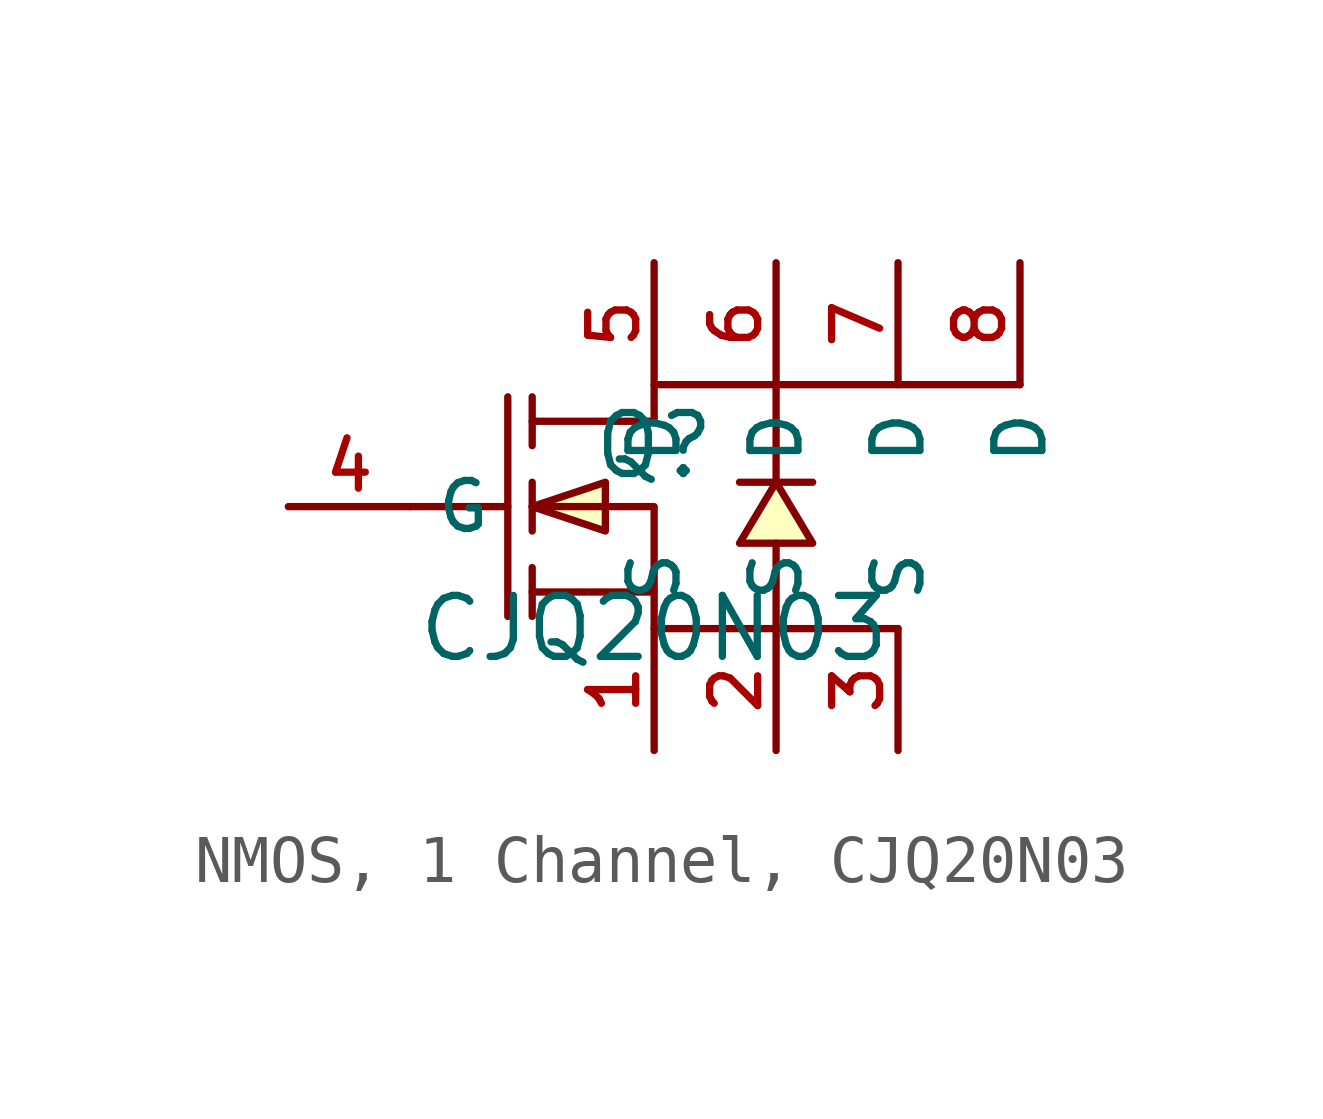
<source format=kicad_sym>
(kicad_symbol_lib
  (version 20231120)
  (generator "CDFER_Archive_Tool")
  (generator_version "0.0")
  (symbol "NMOS, 1 Channel, CJQ20N03"
    (property "Reference" "Q"
      (at 0 1.27 0)
      (effects (font (size 1.27 1.27))))
    (property "Value" "CJQ20N03"
      (at 0 -2.54 0)
      (effects (font (size 1.27 1.27))))
    (symbol "NMOS, 1 Channel, CJQ20N03_0_1"
      (polyline (pts (xy -5.08 0) (xy -3.048 0)) (stroke (width 0) (type default)) (fill (type none)))
      (polyline (pts (xy -3.048 2.286) (xy -3.048 -2.286)) (stroke (width 0) (type default)) (fill (type none)))
      (polyline (pts (xy -2.54 -2.286) (xy -2.54 -1.27)) (stroke (width 0) (type default)) (fill (type none)))
      (polyline (pts (xy -2.54 -0.508) (xy -2.54 0.508)) (stroke (width 0) (type default)) (fill (type none)))
      (polyline (pts (xy -2.54 2.286) (xy -2.54 1.27)) (stroke (width 0) (type default)) (fill (type none)))
      (polyline (pts (xy 0 -1.778) (xy -2.54 -1.778)) (stroke (width 0) (type default)) (fill (type none)))
      (polyline (pts (xy -2.54 0) (xy -1.016 -0.508) (xy -1.016 0.508) (xy -2.54 0)) (stroke (width 0) (type default)) (fill (type background)))
      (polyline (pts (xy 2.54 0.508) (xy 1.778 -0.762) (xy 3.302 -0.762) (xy 2.54 0.508)) (stroke (width 0) (type default)) (fill (type background)))
      (polyline (pts (xy 3.302 0.508) (xy 3.048 0.508) (xy 2.032 0.508) (xy 1.778 0.508)) (stroke (width 0) (type default)) (fill (type none)))
      (polyline (pts (xy -2.54 0) (xy 0 0) (xy 0 -2.54) (xy 5.08 -2.54) (xy 2.54 -2.54) (xy 2.54 -0.762)) (stroke (width 0) (type default)) (fill (type none)))
      (polyline (pts (xy -2.54 1.778) (xy 0 1.778) (xy 0 2.54) (xy 2.54 2.54) (xy 7.62 2.54) (xy 2.54 2.54) (xy 2.54 0.508)) (stroke (width 0) (type default)) (fill (type none)))
      (pin unspecified line (at 0 -5.08 90) (length 2.54) (name "S" (effects (font (size 1 1)))) (number "1" (effects (font (size 1 1)))))
      (pin unspecified line (at 2.54 -5.08 90) (length 2.54) (name "S" (effects (font (size 1 1)))) (number "2" (effects (font (size 1 1)))))
      (pin unspecified line (at 5.08 -5.08 90) (length 2.54) (name "S" (effects (font (size 1 1)))) (number "3" (effects (font (size 1 1)))))
      (pin unspecified line (at -7.62 0 0) (length 2.54) (name "G" (effects (font (size 1 1)))) (number "4" (effects (font (size 1 1)))))
      (pin unspecified line (at 0 5.08 270) (length 2.54) (name "D" (effects (font (size 1 1)))) (number "5" (effects (font (size 1 1)))))
      (pin unspecified line (at 2.54 5.08 270) (length 2.54) (name "D" (effects (font (size 1 1)))) (number "6" (effects (font (size 1 1)))))
      (pin unspecified line (at 5.08 5.08 270) (length 2.54) (name "D" (effects (font (size 1 1)))) (number "7" (effects (font (size 1 1)))))
      (pin unspecified line (at 7.62 5.08 270) (length 2.54) (name "D" (effects (font (size 1 1)))) (number "8" (effects (font (size 1 1))))))))
</source>
